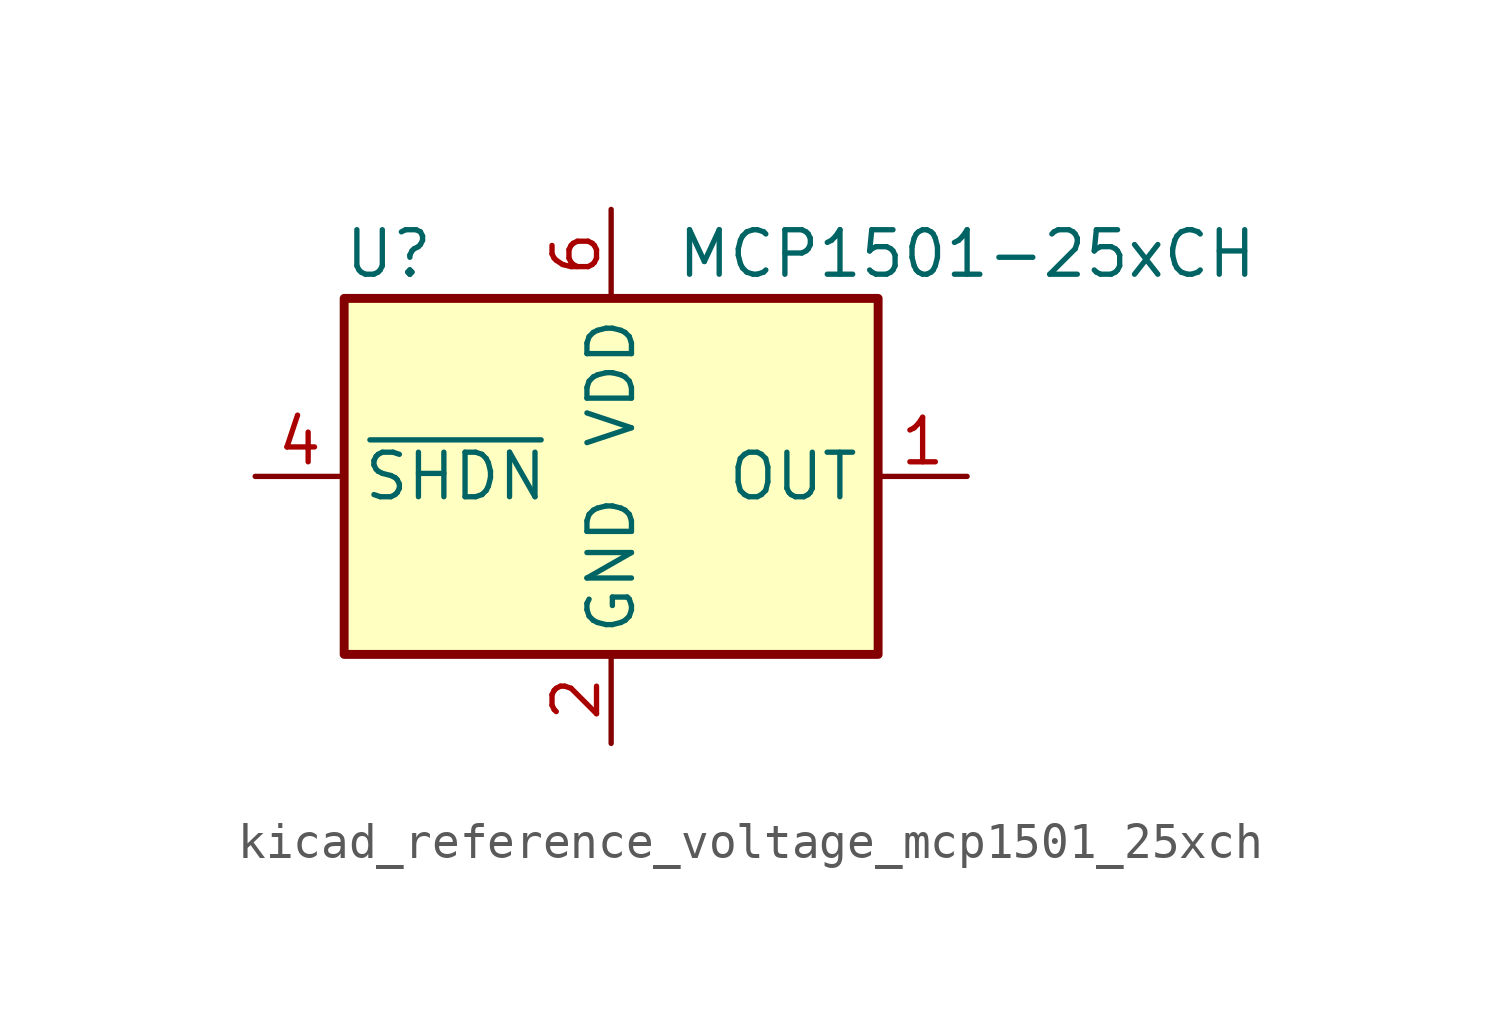
<source format=kicad_sym>
(kicad_symbol_lib
  (version 20220914)
  (generator kicad_symbol_editor)
  (symbol "kicad_reference_voltage_mcp1501_25xch"
    (property "Reference" "U"
      (at -6.35 6.35 0)
      (effects (font (size 1.27 1.27))))
    (property "Value" "MCP1501-25xCH"
      (at 10.16 6.35 0)
      (effects (font (size 1.27 1.27))))
    (symbol "kicad_reference_voltage_mcp1501_25xch_0_0"
      (pin power_out line (at 10.16 0 180) (length 2.54) (name "OUT" (effects (font (size 1.27 1.27)))) (number "1" (effects (font (size 1.27 1.27)))))
      (pin power_in line (at 0 -7.62 90) (length 2.54) (name "GND" (effects (font (size 1.27 1.27)))) (number "2" (effects (font (size 1.27 1.27)))))
      (pin passive line (at 0 -7.62 90) (length 2.54) hide (name "GND" (effects (font (size 1.27 1.27)))) (number "3" (effects (font (size 1.27 1.27)))))
      (pin input line (at -10.16 0 0) (length 2.54) (name "~{SHDN}" (effects (font (size 1.27 1.27)))) (number "4" (effects (font (size 1.27 1.27)))))
      (pin passive line (at 0 -7.62 90) (length 2.54) hide (name "GND" (effects (font (size 1.27 1.27)))) (number "5" (effects (font (size 1.27 1.27)))))
      (pin power_in line (at 0 7.62 270) (length 2.54) (name "VDD" (effects (font (size 1.27 1.27)))) (number "6" (effects (font (size 1.27 1.27))))))
    (symbol "kicad_reference_voltage_mcp1501_25xch_0_1"
      (rectangle (start -7.62 5.08) (end 7.62 -5.08) (stroke (width 0.254) (type default)) (fill (type background))))))
</source>
